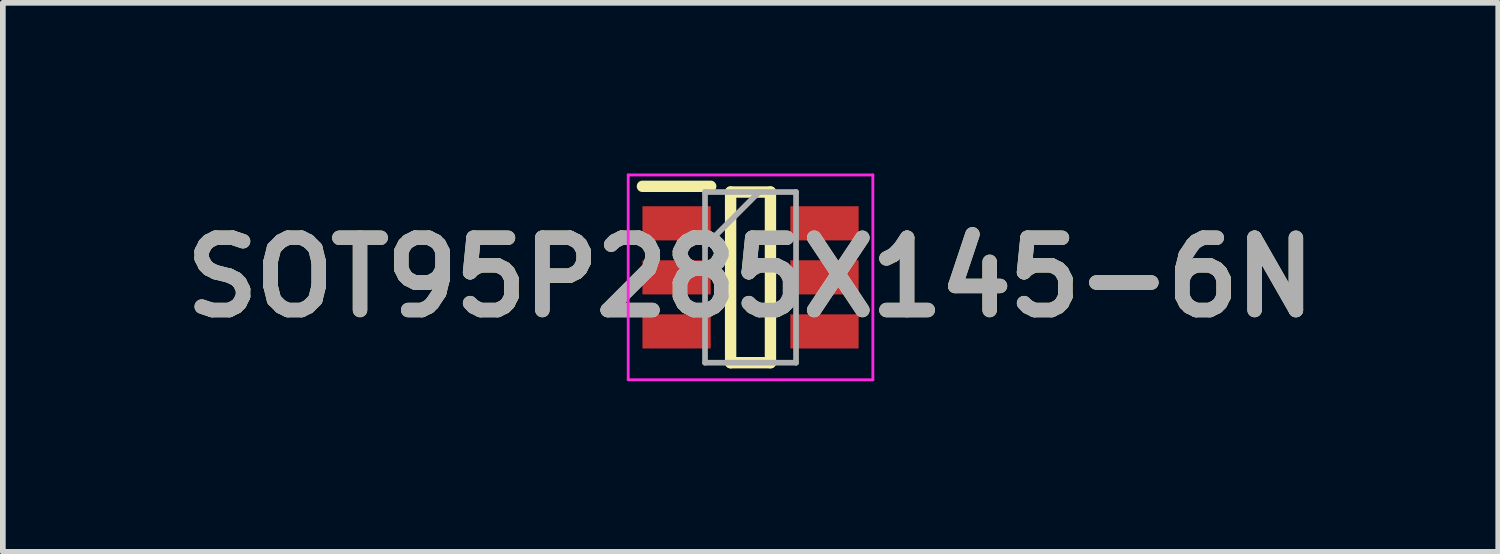
<source format=kicad_pcb>
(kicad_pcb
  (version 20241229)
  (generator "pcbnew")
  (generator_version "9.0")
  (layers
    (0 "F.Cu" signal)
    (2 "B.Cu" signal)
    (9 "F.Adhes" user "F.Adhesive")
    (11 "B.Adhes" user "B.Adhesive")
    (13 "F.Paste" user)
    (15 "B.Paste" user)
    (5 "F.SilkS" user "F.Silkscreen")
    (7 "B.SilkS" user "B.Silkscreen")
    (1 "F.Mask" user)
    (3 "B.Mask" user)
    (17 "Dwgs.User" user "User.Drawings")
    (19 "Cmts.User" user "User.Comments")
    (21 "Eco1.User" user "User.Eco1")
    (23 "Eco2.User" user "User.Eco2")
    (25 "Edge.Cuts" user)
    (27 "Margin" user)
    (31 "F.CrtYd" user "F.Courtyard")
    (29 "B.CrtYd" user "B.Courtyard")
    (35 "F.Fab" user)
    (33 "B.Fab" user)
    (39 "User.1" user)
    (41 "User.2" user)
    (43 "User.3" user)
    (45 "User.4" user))
  (footprint "SOT95P285X145-6N"
    (layer "F.Cu")
    (at 10.142 1.825)
    (property "Reference" "SOT95P285X145-6N" (at 0 0 0) (layer "F.SilkS") (effects (font (size 1.27 1.27) (thickness 0.254))))
    (attr smd)
    (fp_line (start -1.9 -1.6) (end -0.7 -1.6) (stroke (width 0.2) (type solid)) (layer "F.SilkS"))
    (fp_line (start -0.35 -1.5) (end 0.35 -1.5) (stroke (width 0.2) (type solid)) (layer "F.SilkS"))
    (fp_line (start -0.35 1.5) (end -0.35 -1.5) (stroke (width 0.2) (type solid)) (layer "F.SilkS"))
    (fp_line (start 0.35 -1.5) (end 0.35 1.5) (stroke (width 0.2) (type solid)) (layer "F.SilkS"))
    (fp_line (start 0.35 1.5) (end -0.35 1.5) (stroke (width 0.2) (type solid)) (layer "F.SilkS"))
    (fp_line (start -2.15 -1.8) (end 2.15 -1.8) (stroke (width 0.05) (type solid)) (layer "F.CrtYd"))
    (fp_line (start -2.15 1.8) (end -2.15 -1.8) (stroke (width 0.05) (type solid)) (layer "F.CrtYd"))
    (fp_line (start 2.15 -1.8) (end 2.15 1.8) (stroke (width 0.05) (type solid)) (layer "F.CrtYd"))
    (fp_line (start 2.15 1.8) (end -2.15 1.8) (stroke (width 0.05) (type solid)) (layer "F.CrtYd"))
    (fp_line (start -0.8 -1.5) (end 0.8 -1.5) (stroke (width 0.1) (type solid)) (layer "F.Fab"))
    (fp_line (start -0.8 -0.55) (end 0.15 -1.5) (stroke (width 0.1) (type solid)) (layer "F.Fab"))
    (fp_line (start -0.8 1.5) (end -0.8 -1.5) (stroke (width 0.1) (type solid)) (layer "F.Fab"))
    (fp_line (start 0.8 -1.5) (end 0.8 1.5) (stroke (width 0.1) (type solid)) (layer "F.Fab"))
    (fp_line (start 0.8 1.5) (end -0.8 1.5) (stroke (width 0.1) (type solid)) (layer "F.Fab"))
    (fp_text user "${REFERENCE}" (at 0 0 0) (layer "F.Fab") (effects (font (size 1.27 1.27) (thickness 0.254))))
    (pad "1" smd rect (at -1.3 -0.95 90) (size 0.6 1.2) (layers "F.Cu" "F.Mask" "F.Paste"))
    (pad "2" smd rect (at -1.3 0 90) (size 0.6 1.2) (layers "F.Cu" "F.Mask" "F.Paste"))
    (pad "3" smd rect (at -1.3 0.95 90) (size 0.6 1.2) (layers "F.Cu" "F.Mask" "F.Paste"))
    (pad "4" smd rect (at 1.3 0.95 90) (size 0.6 1.2) (layers "F.Cu" "F.Mask" "F.Paste"))
    (pad "5" smd rect (at 1.3 0 90) (size 0.6 1.2) (layers "F.Cu" "F.Mask" "F.Paste"))
    (pad "6" smd rect (at 1.3 -0.95 90) (size 0.6 1.2) (layers "F.Cu" "F.Mask" "F.Paste")))
  (gr_rect
    (start -3 -3)
    (end 23.284 6.65)
    (stroke (width 0.1) (type default))
    (fill no)
    (layer "Edge.Cuts")))
</source>
